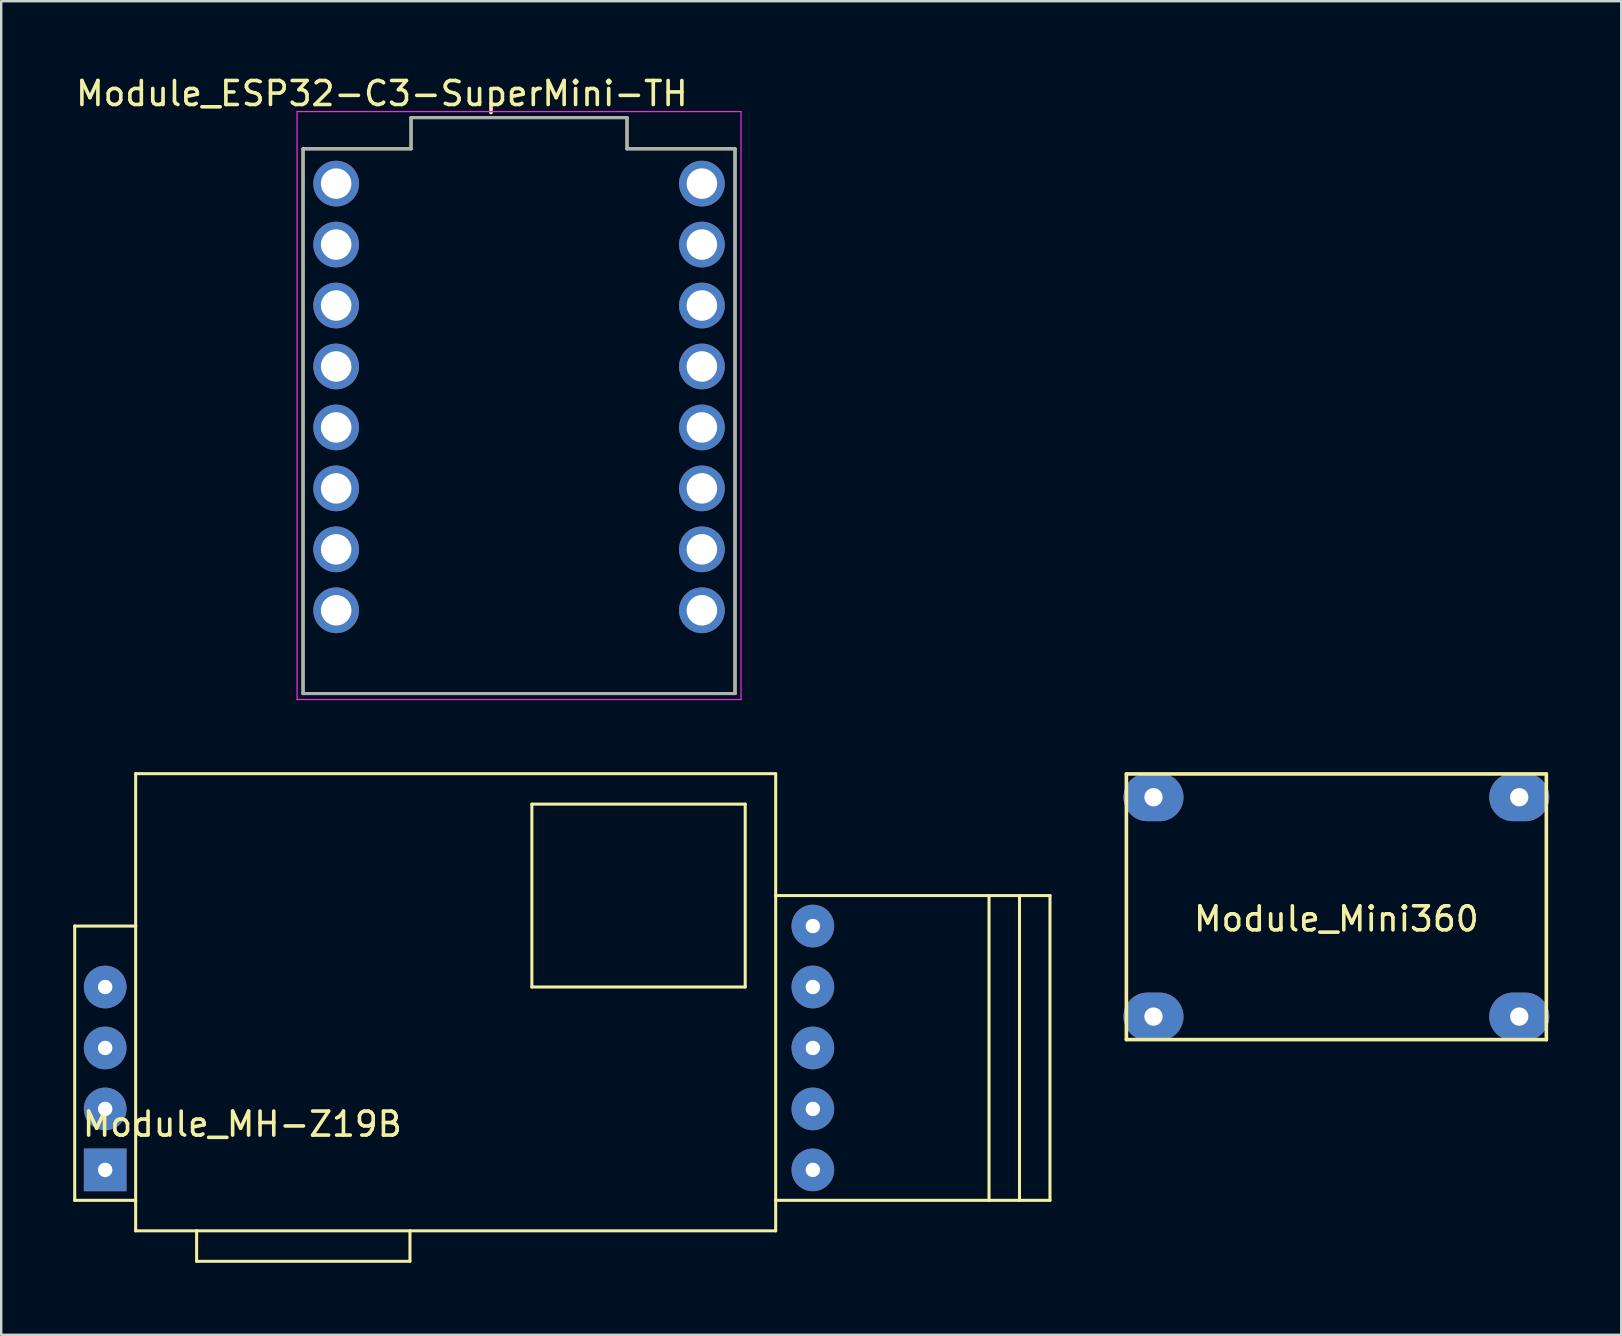
<source format=kicad_pcb>
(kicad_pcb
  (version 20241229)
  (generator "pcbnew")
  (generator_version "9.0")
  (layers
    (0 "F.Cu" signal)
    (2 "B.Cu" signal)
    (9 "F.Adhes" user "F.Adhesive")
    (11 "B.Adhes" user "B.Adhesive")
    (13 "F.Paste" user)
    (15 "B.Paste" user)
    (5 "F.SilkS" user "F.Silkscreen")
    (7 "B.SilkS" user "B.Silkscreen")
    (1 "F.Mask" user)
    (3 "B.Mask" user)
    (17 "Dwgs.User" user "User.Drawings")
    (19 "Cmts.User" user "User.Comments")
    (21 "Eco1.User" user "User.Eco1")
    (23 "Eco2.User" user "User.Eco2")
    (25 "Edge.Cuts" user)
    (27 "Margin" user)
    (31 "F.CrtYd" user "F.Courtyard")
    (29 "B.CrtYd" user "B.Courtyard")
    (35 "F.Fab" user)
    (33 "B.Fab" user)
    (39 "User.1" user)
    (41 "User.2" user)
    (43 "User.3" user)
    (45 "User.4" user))
  (footprint "Module_MH-Z19B"
    (layer "F.Cu")
    (at 1.333 45.699)
    (property "Reference" "Module_MH-Z19B" (at 5.715 -1.905 0) (layer "F.SilkS") (effects (font (size 1 1) (thickness 0.15))))
    (attr through_hole)
    (fp_line (start -1.27 -10.16) (end 1.27 -10.16) (stroke (width 0.127) (type solid)) (layer "F.SilkS"))
    (fp_line (start -1.27 1.27) (end -1.27 -10.16) (stroke (width 0.127) (type solid)) (layer "F.SilkS"))
    (fp_line (start 1.27 -16.51) (end 1.27 -10.16) (stroke (width 0.127) (type solid)) (layer "F.SilkS"))
    (fp_line (start 1.27 -10.16) (end 1.27 2.54) (stroke (width 0.127) (type solid)) (layer "F.SilkS"))
    (fp_line (start 1.27 1.27) (end -1.27 1.27) (stroke (width 0.127) (type solid)) (layer "F.SilkS"))
    (fp_line (start 1.27 2.54) (end 3.81 2.54) (stroke (width 0.127) (type solid)) (layer "F.SilkS"))
    (fp_line (start 3.81 2.54) (end 3.81 3.81) (stroke (width 0.127) (type solid)) (layer "F.SilkS"))
    (fp_line (start 3.81 2.54) (end 12.7 2.54) (stroke (width 0.127) (type solid)) (layer "F.SilkS"))
    (fp_line (start 3.81 3.81) (end 12.7 3.81) (stroke (width 0.127) (type solid)) (layer "F.SilkS"))
    (fp_line (start 12.7 2.54) (end 27.94 2.54) (stroke (width 0.127) (type solid)) (layer "F.SilkS"))
    (fp_line (start 12.7 3.81) (end 12.7 2.54) (stroke (width 0.127) (type solid)) (layer "F.SilkS"))
    (fp_line (start 17.78 -15.24) (end 26.67 -15.24) (stroke (width 0.127) (type solid)) (layer "F.SilkS"))
    (fp_line (start 17.78 -7.62) (end 17.78 -15.24) (stroke (width 0.127) (type solid)) (layer "F.SilkS"))
    (fp_line (start 26.67 -15.24) (end 26.67 -7.62) (stroke (width 0.127) (type solid)) (layer "F.SilkS"))
    (fp_line (start 26.67 -7.62) (end 17.78 -7.62) (stroke (width 0.127) (type solid)) (layer "F.SilkS"))
    (fp_line (start 27.94 -16.51) (end 1.27 -16.51) (stroke (width 0.127) (type solid)) (layer "F.SilkS"))
    (fp_line (start 27.94 -11.43) (end 27.94 -16.51) (stroke (width 0.127) (type solid)) (layer "F.SilkS"))
    (fp_line (start 27.94 1.27) (end 27.94 -11.43) (stroke (width 0.127) (type solid)) (layer "F.SilkS"))
    (fp_line (start 27.94 1.27) (end 36.83 1.27) (stroke (width 0.127) (type solid)) (layer "F.SilkS"))
    (fp_line (start 27.94 2.54) (end 27.94 1.27) (stroke (width 0.127) (type solid)) (layer "F.SilkS"))
    (fp_line (start 36.83 -11.43) (end 27.94 -11.43) (stroke (width 0.127) (type solid)) (layer "F.SilkS"))
    (fp_line (start 36.83 -11.43) (end 36.83 1.27) (stroke (width 0.127) (type solid)) (layer "F.SilkS"))
    (fp_line (start 36.83 1.27) (end 38.1 1.27) (stroke (width 0.127) (type solid)) (layer "F.SilkS"))
    (fp_line (start 38.1 -11.43) (end 36.83 -11.43) (stroke (width 0.127) (type solid)) (layer "F.SilkS"))
    (fp_line (start 38.1 1.27) (end 38.1 -11.43) (stroke (width 0.127) (type solid)) (layer "F.SilkS"))
    (fp_line (start 38.1 1.27) (end 39.37 1.27) (stroke (width 0.127) (type solid)) (layer "F.SilkS"))
    (fp_line (start 39.37 -11.43) (end 38.1 -11.43) (stroke (width 0.127) (type solid)) (layer "F.SilkS"))
    (fp_line (start 39.37 1.27) (end 39.37 -11.43) (stroke (width 0.127) (type solid)) (layer "F.SilkS"))
    (pad "AOT" thru_hole circle (at 0 -5.08) (size 1.778 1.778) (drill 0.6) (layers "*.Cu" "*.Mask"))
    (pad "GND" thru_hole circle (at 0 -2.54) (size 1.778 1.778) (drill 0.6) (layers "*.Cu" "*.Mask"))
    (pad "HD" thru_hole circle (at 29.489 -10.16) (size 1.778 1.778) (drill 0.6) (layers "*.Cu" "*.Mask"))
    (pad "PWM" thru_hole circle (at 0 -7.62) (size 1.778 1.778) (drill 0.6) (layers "*.Cu" "*.Mask"))
    (pad "RX" thru_hole circle (at 29.489 -2.54) (size 1.778 1.778) (drill 0.6) (layers "*.Cu" "*.Mask"))
    (pad "SR" thru_hole circle (at 29.489 -7.62) (size 1.778 1.778) (drill 0.6) (layers "*.Cu" "*.Mask"))
    (pad "TX" thru_hole circle (at 29.489 -5.08) (size 1.778 1.778) (drill 0.6) (layers "*.Cu" "*.Mask"))
    (pad "VIN" thru_hole rect (at 0 0) (size 1.778 1.778) (drill 0.6) (layers "*.Cu" "*.Mask"))
    (pad "VO" thru_hole circle (at 29.489 0) (size 1.778 1.778) (drill 0.6) (layers "*.Cu" "*.Mask")))
  (footprint "Module_ESP32-C3-SuperMini-TH"
    (layer "F.Cu")
    (at 18.578 14.501)
    (property "Reference" "Module_ESP32-C3-SuperMini-TH" (at -5.715 -13.652 0) (layer "F.SilkS") (effects (font (size 1 1) (thickness 0.15))))
    (attr through_hole)
    (fp_line (start -9 11.35) (end -9 -11.35) (stroke (width 0.127) (type solid)) (layer "F.SilkS"))
    (fp_line (start -4.5 -12.65) (end -4.5 -11.35) (stroke (width 0.127) (type solid)) (layer "F.SilkS"))
    (fp_line (start -4.5 -11.35) (end -9 -11.35) (stroke (width 0.127) (type solid)) (layer "F.SilkS"))
    (fp_line (start 4.5 -12.65) (end -4.5 -12.65) (stroke (width 0.127) (type solid)) (layer "F.SilkS"))
    (fp_line (start 4.5 -12.65) (end 4.5 -11.35) (stroke (width 0.127) (type solid)) (layer "F.SilkS"))
    (fp_line (start 9 -11.35) (end 4.5 -11.35) (stroke (width 0.127) (type solid)) (layer "F.SilkS"))
    (fp_line (start 9 11.35) (end -9 11.35) (stroke (width 0.127) (type solid)) (layer "F.SilkS"))
    (fp_line (start 9 11.35) (end 9 -11.35) (stroke (width 0.127) (type solid)) (layer "F.SilkS"))
    (fp_line (start -9.25 -12.9) (end 9.25 -12.9) (stroke (width 0.05) (type solid)) (layer "F.CrtYd"))
    (fp_line (start -9.25 11.6) (end -9.25 -12.9) (stroke (width 0.05) (type solid)) (layer "F.CrtYd"))
    (fp_line (start 9.25 -12.9) (end 9.25 11.6) (stroke (width 0.05) (type solid)) (layer "F.CrtYd"))
    (fp_line (start 9.25 11.6) (end -9.25 11.6) (stroke (width 0.05) (type solid)) (layer "F.CrtYd"))
    (fp_line (start -9 11.35) (end -9 -11.35) (stroke (width 0.127) (type solid)) (layer "F.Fab"))
    (fp_line (start -4.5 -12.65) (end -4.5 -11.35) (stroke (width 0.127) (type solid)) (layer "F.Fab"))
    (fp_line (start -4.5 -11.35) (end -9 -11.35) (stroke (width 0.127) (type solid)) (layer "F.Fab"))
    (fp_line (start 4.5 -12.65) (end -4.5 -12.65) (stroke (width 0.127) (type solid)) (layer "F.Fab"))
    (fp_line (start 4.5 -12.65) (end 4.5 -11.35) (stroke (width 0.127) (type solid)) (layer "F.Fab"))
    (fp_line (start 9 -11.35) (end 4.5 -11.35) (stroke (width 0.127) (type solid)) (layer "F.Fab"))
    (fp_line (start 9 11.35) (end -9 11.35) (stroke (width 0.127) (type solid)) (layer "F.Fab"))
    (fp_line (start 9 11.35) (end 9 -11.35) (stroke (width 0.127) (type solid)) (layer "F.Fab"))
    (pad "0" thru_hole circle (at 7.62 7.88) (size 1.905 1.905) (drill 1.27) (layers "*.Cu" "*.Mask"))
    (pad "1" thru_hole circle (at 7.62 5.34) (size 1.905 1.905) (drill 1.27) (layers "*.Cu" "*.Mask"))
    (pad "2" thru_hole circle (at 7.62 2.8) (size 1.905 1.905) (drill 1.27) (layers "*.Cu" "*.Mask"))
    (pad "3" thru_hole circle (at 7.62 0.26) (size 1.905 1.905) (drill 1.27) (layers "*.Cu" "*.Mask"))
    (pad "3.3" thru_hole circle (at 7.62 -4.82) (size 1.905 1.905) (drill 1.27) (layers "*.Cu" "*.Mask"))
    (pad "4" thru_hole circle (at 7.62 -2.28) (size 1.905 1.905) (drill 1.27) (layers "*.Cu" "*.Mask"))
    (pad "5" thru_hole circle (at -7.62 -9.9) (size 1.905 1.905) (drill 1.27) (layers "*.Cu" "*.Mask"))
    (pad "5V" thru_hole circle (at 7.62 -9.9) (size 1.905 1.905) (drill 1.27) (layers "*.Cu" "*.Mask"))
    (pad "6" thru_hole circle (at -7.62 -7.36) (size 1.905 1.905) (drill 1.27) (layers "*.Cu" "*.Mask"))
    (pad "7" thru_hole circle (at -7.62 -4.82) (size 1.905 1.905) (drill 1.27) (layers "*.Cu" "*.Mask"))
    (pad "8" thru_hole circle (at -7.62 -2.28) (size 1.905 1.905) (drill 1.27) (layers "*.Cu" "*.Mask"))
    (pad "9" thru_hole circle (at -7.62 0.26) (size 1.905 1.905) (drill 1.27) (layers "*.Cu" "*.Mask"))
    (pad "10" thru_hole circle (at -7.62 2.8) (size 1.905 1.905) (drill 1.27) (layers "*.Cu" "*.Mask"))
    (pad "20" thru_hole circle (at -7.62 5.34) (size 1.905 1.905) (drill 1.27) (layers "*.Cu" "*.Mask"))
    (pad "21" thru_hole circle (at -7.62 7.88) (size 1.905 1.905) (drill 1.27) (layers "*.Cu" "*.Mask"))
    (pad "G" thru_hole circle (at 7.62 -7.36) (size 1.905 1.905) (drill 1.27) (layers "*.Cu" "*.Mask")))
  (footprint "Module_Mini360"
    (layer "F.Cu")
    (at 52.637 34.741)
    (property "Reference" "Module_Mini360" (at 0 0.5 0) (layer "F.SilkS") (effects (font (size 1 1) (thickness 0.15))))
    (attr through_hole)
    (fp_line (start -8.75 -5.54) (end -8.75 5.53) (stroke (width 0.15) (type solid)) (layer "F.SilkS"))
    (fp_line (start -8.75 -5.54) (end 8.75 -5.54) (stroke (width 0.15) (type solid)) (layer "F.SilkS"))
    (fp_line (start 8.75 5.53) (end -8.75 5.53) (stroke (width 0.15) (type solid)) (layer "F.SilkS"))
    (fp_line (start 8.75 5.53) (end 8.75 -5.54) (stroke (width 0.15) (type solid)) (layer "F.SilkS"))
    (pad "1" thru_hole oval (at -7.62 -4.57) (size 2.5 2) (drill 0.762) (layers "*.Cu" "*.Mask"))
    (pad "2" thru_hole oval (at -7.62 4.57) (size 2.5 2) (drill 0.762) (layers "*.Cu" "*.Mask"))
    (pad "3" thru_hole oval (at 7.62 -4.57) (size 2.5 2) (drill 0.762) (layers "*.Cu" "*.Mask"))
    (pad "4" thru_hole oval (at 7.62 4.57) (size 2.5 2) (drill 0.762) (layers "*.Cu" "*.Mask")))
  (gr_rect
    (start -3 -3)
    (end 64.507 52.573)
    (stroke (width 0.1) (type default))
    (fill no)
    (layer "Edge.Cuts")))
</source>
